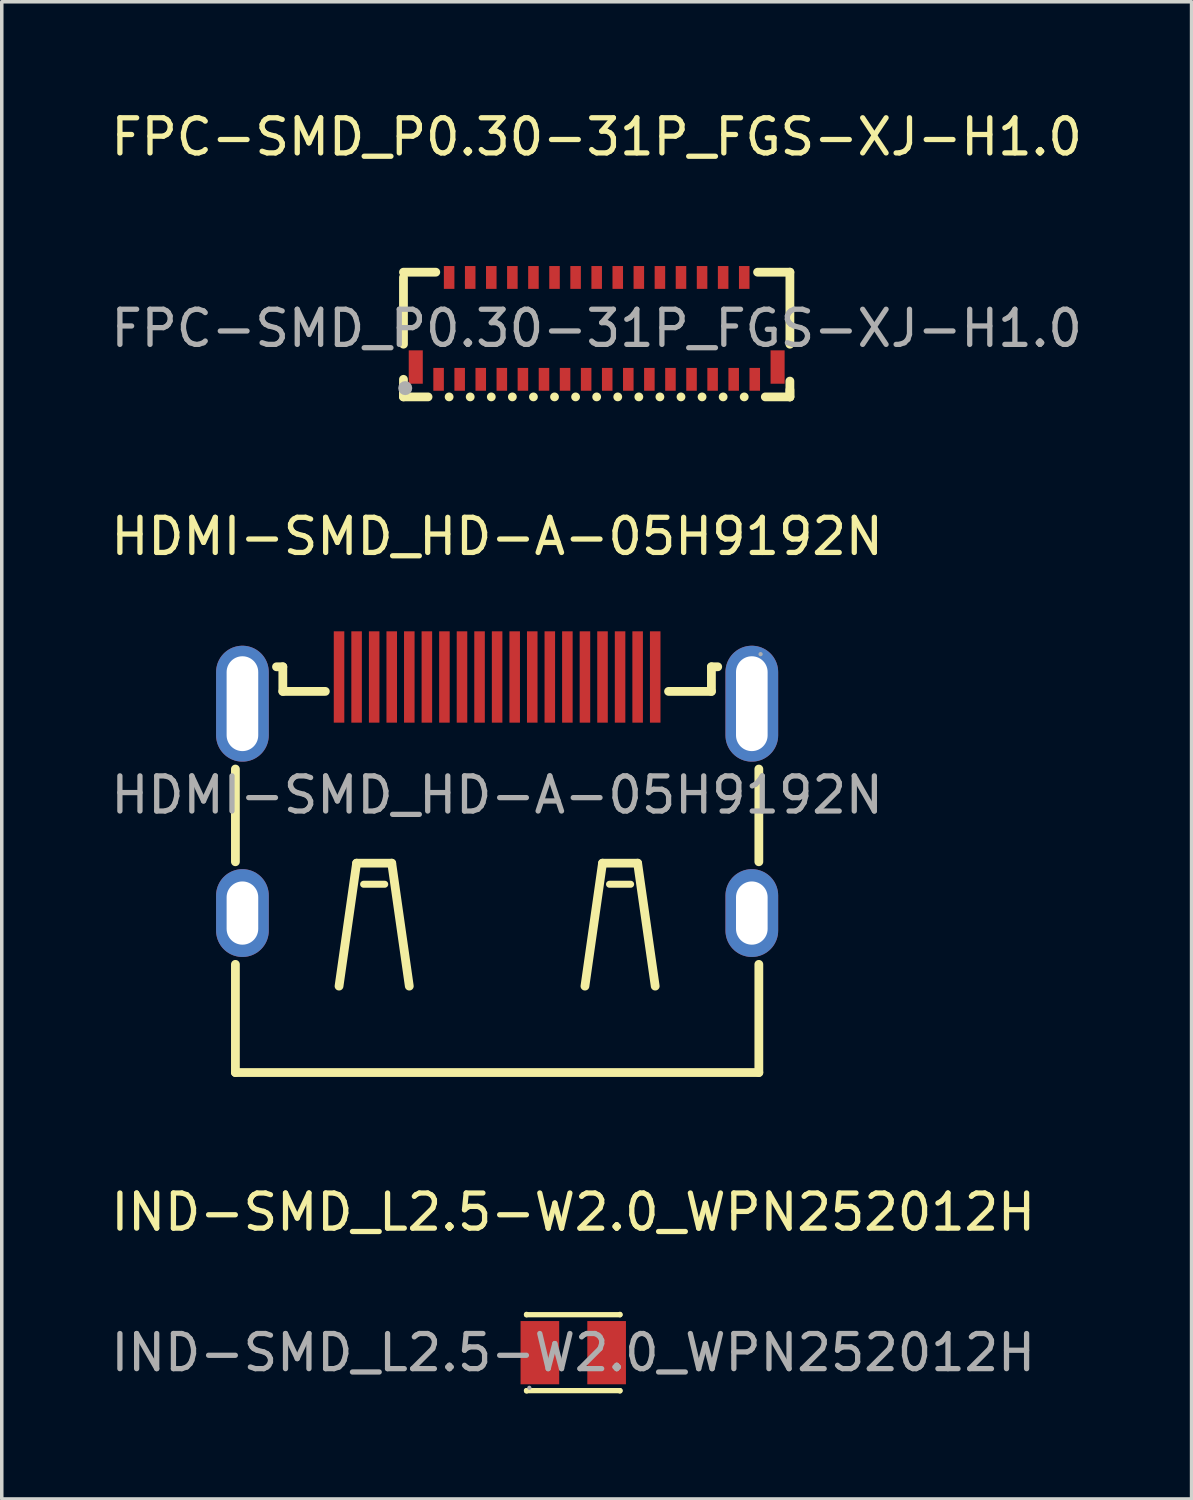
<source format=kicad_pcb>
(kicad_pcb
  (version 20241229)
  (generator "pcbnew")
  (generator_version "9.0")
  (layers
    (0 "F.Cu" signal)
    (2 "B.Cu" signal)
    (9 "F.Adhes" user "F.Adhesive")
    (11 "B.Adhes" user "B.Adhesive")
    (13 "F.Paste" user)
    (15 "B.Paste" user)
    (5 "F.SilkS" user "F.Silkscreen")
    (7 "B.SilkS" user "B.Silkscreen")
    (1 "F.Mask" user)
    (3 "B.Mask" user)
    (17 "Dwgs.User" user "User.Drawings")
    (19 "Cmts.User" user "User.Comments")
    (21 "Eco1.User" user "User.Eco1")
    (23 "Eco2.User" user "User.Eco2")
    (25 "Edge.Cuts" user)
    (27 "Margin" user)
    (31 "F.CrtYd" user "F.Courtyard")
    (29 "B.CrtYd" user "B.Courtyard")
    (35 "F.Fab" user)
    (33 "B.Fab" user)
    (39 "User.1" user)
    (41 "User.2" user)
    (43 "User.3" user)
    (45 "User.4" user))
  (footprint "HDMI-SMD_HD-A-05H9192N"
    (layer "F.Cu")
    (at 11.101 19.581)
    (property "Reference" "HDMI-SMD_HD-A-05H9192N" (at 0 -7.36 0) (layer "F.SilkS") (effects (font (size 1 1) (thickness 0.15))))
    (attr smd)
    (fp_line (start -7.45 -0.74) (end -7.45 1.9) (stroke (width 0.25) (type solid)) (layer "F.SilkS"))
    (fp_line (start -7.45 4.82) (end -7.45 7.9) (stroke (width 0.25) (type solid)) (layer "F.SilkS"))
    (fp_line (start -7.45 7.9) (end 7.45 7.9) (stroke (width 0.25) (type solid)) (layer "F.SilkS"))
    (fp_line (start -6.1 -3.65) (end -6.28 -3.65) (stroke (width 0.25) (type solid)) (layer "F.SilkS"))
    (fp_line (start -6.1 -2.95) (end -6.1 -3.65) (stroke (width 0.25) (type solid)) (layer "F.SilkS"))
    (fp_line (start -4.89 -2.95) (end -6.1 -2.95) (stroke (width 0.25) (type solid)) (layer "F.SilkS"))
    (fp_line (start -4 1.94) (end -4.5 5.44) (stroke (width 0.25) (type solid)) (layer "F.SilkS"))
    (fp_line (start -3.2 2.54) (end -3.8 2.54) (stroke (width 0.2) (type solid)) (layer "F.SilkS"))
    (fp_line (start -3 1.94) (end -4 1.94) (stroke (width 0.25) (type solid)) (layer "F.SilkS"))
    (fp_line (start -2.5 5.44) (end -3 1.94) (stroke (width 0.25) (type solid)) (layer "F.SilkS"))
    (fp_line (start 2.5 5.44) (end 3 1.94) (stroke (width 0.25) (type solid)) (layer "F.SilkS"))
    (fp_line (start 3 1.94) (end 4 1.94) (stroke (width 0.25) (type solid)) (layer "F.SilkS"))
    (fp_line (start 3.2 2.54) (end 3.8 2.54) (stroke (width 0.2) (type solid)) (layer "F.SilkS"))
    (fp_line (start 4 1.94) (end 4.5 5.44) (stroke (width 0.25) (type solid)) (layer "F.SilkS"))
    (fp_line (start 6.1 -3.65) (end 6.1 -2.95) (stroke (width 0.25) (type solid)) (layer "F.SilkS"))
    (fp_line (start 6.1 -2.95) (end 4.88 -2.95) (stroke (width 0.25) (type solid)) (layer "F.SilkS"))
    (fp_line (start 6.28 -3.65) (end 6.1 -3.65) (stroke (width 0.25) (type solid)) (layer "F.SilkS"))
    (fp_line (start 7.45 1.9) (end 7.45 -0.74) (stroke (width 0.25) (type solid)) (layer "F.SilkS"))
    (fp_line (start 7.45 7.9) (end 7.45 4.82) (stroke (width 0.25) (type solid)) (layer "F.SilkS"))
    (fp_circle (center 7.5 -4.01) (end 7.53 -4.01) (stroke (width 0.06) (type solid)) (fill no) (layer "F.Fab"))
    (fp_text user "${REFERENCE}" (at 0 0 0) (layer "F.Fab") (effects (font (size 1 1) (thickness 0.15))))
    (pad "1" smd rect (at 4.5 -3.36) (size 0.3 2.6) (layers "F.Cu" "F.Mask" "F.Paste"))
    (pad "2" smd rect (at 4 -3.36) (size 0.3 2.6) (layers "F.Cu" "F.Mask" "F.Paste"))
    (pad "3" smd rect (at 3.5 -3.36) (size 0.3 2.6) (layers "F.Cu" "F.Mask" "F.Paste"))
    (pad "4" smd rect (at 3 -3.36) (size 0.3 2.6) (layers "F.Cu" "F.Mask" "F.Paste"))
    (pad "5" smd rect (at 2.5 -3.36) (size 0.3 2.6) (layers "F.Cu" "F.Mask" "F.Paste"))
    (pad "6" smd rect (at 2 -3.36) (size 0.3 2.6) (layers "F.Cu" "F.Mask" "F.Paste"))
    (pad "7" smd rect (at 1.5 -3.36) (size 0.3 2.6) (layers "F.Cu" "F.Mask" "F.Paste"))
    (pad "8" smd rect (at 1 -3.36) (size 0.3 2.6) (layers "F.Cu" "F.Mask" "F.Paste"))
    (pad "9" smd rect (at 0.5 -3.36) (size 0.3 2.6) (layers "F.Cu" "F.Mask" "F.Paste"))
    (pad "10" smd rect (at 0 -3.36) (size 0.3 2.6) (layers "F.Cu" "F.Mask" "F.Paste"))
    (pad "11" smd rect (at -0.5 -3.36) (size 0.3 2.6) (layers "F.Cu" "F.Mask" "F.Paste"))
    (pad "12" smd rect (at -1 -3.36) (size 0.3 2.6) (layers "F.Cu" "F.Mask" "F.Paste"))
    (pad "13" smd rect (at -1.5 -3.36) (size 0.3 2.6) (layers "F.Cu" "F.Mask" "F.Paste"))
    (pad "14" smd rect (at -2 -3.36) (size 0.3 2.6) (layers "F.Cu" "F.Mask" "F.Paste"))
    (pad "15" smd rect (at -2.5 -3.36) (size 0.3 2.6) (layers "F.Cu" "F.Mask" "F.Paste"))
    (pad "16" smd rect (at -3 -3.36) (size 0.3 2.6) (layers "F.Cu" "F.Mask" "F.Paste"))
    (pad "17" smd rect (at -3.5 -3.36) (size 0.3 2.6) (layers "F.Cu" "F.Mask" "F.Paste"))
    (pad "18" smd rect (at -4 -3.36) (size 0.3 2.6) (layers "F.Cu" "F.Mask" "F.Paste"))
    (pad "19" smd rect (at -4.5 -3.36) (size 0.3 2.6) (layers "F.Cu" "F.Mask" "F.Paste"))
    (pad "20" thru_hole oval (at 7.25 3.36) (size 1.5 2.5) (drill oval 0.9 1.8) (layers "*.Cu" "*.Mask"))
    (pad "21" thru_hole oval (at -7.25 3.36) (size 1.5 2.5) (drill oval 0.9 1.8) (layers "*.Cu" "*.Mask"))
    (pad "22" thru_hole oval (at 7.25 -2.6) (size 1.5 3.3) (drill oval 0.9 2.7) (layers "*.Cu" "*.Mask"))
    (pad "23" thru_hole oval (at -7.25 -2.6) (size 1.5 3.3) (drill oval 0.9 2.7) (layers "*.Cu" "*.Mask")))
  (footprint "IND-SMD_L2.5-W2.0_WPN252012H"
    (layer "F.Cu")
    (at 13.268 35.455)
    (property "Reference" "IND-SMD_L2.5-W2.0_WPN252012H" (at 0 -4 0) (layer "F.SilkS") (effects (font (size 1 1) (thickness 0.15))))
    (attr smd)
    (fp_line (start -1.33 -1.09) (end -1.33 -1.08) (stroke (width 0.15) (type solid)) (layer "F.SilkS"))
    (fp_line (start -1.33 -1.08) (end 1.33 -1.08) (stroke (width 0.15) (type solid)) (layer "F.SilkS"))
    (fp_line (start -1.33 1.08) (end 1.33 1.08) (stroke (width 0.15) (type solid)) (layer "F.SilkS"))
    (fp_line (start -1.33 1.09) (end -1.33 1.08) (stroke (width 0.15) (type solid)) (layer "F.SilkS"))
    (fp_line (start 1.33 -1.08) (end 1.33 -1.09) (stroke (width 0.15) (type solid)) (layer "F.SilkS"))
    (fp_line (start 1.33 1.08) (end 1.33 1.09) (stroke (width 0.15) (type solid)) (layer "F.SilkS"))
    (fp_circle (center -1.25 1) (end -1.22 1) (stroke (width 0.06) (type solid)) (fill no) (layer "F.Fab"))
    (fp_text user "${REFERENCE}" (at 0 0 0) (layer "F.Fab") (effects (font (size 1 1) (thickness 0.15))))
    (pad "1" smd rect (at -0.95 0 180) (size 1.1 1.8) (layers "F.Cu" "F.Mask" "F.Paste"))
    (pad "2" smd rect (at 0.95 0 180) (size 1.1 1.8) (layers "F.Cu" "F.Mask" "F.Paste")))
  (footprint "FPC-SMD_P0.30-31P_FGS-XJ-H1.0"
    (layer "F.Cu")
    (at 13.935 6.298)
    (property "Reference" "FPC-SMD_P0.30-31P_FGS-XJ-H1.0" (at 0 -5.45 0) (layer "F.SilkS") (effects (font (size 1 1) (thickness 0.15))))
    (attr smd)
    (fp_line (start -5.5 -1.45) (end -5.5 0.45) (stroke (width 0.25) (type solid)) (layer "F.SilkS"))
    (fp_line (start -5.5 1.45) (end -5.5 1.9) (stroke (width 0.25) (type solid)) (layer "F.SilkS"))
    (fp_line (start -5.5 1.75) (end -5.5 1.95) (stroke (width 0.25) (type solid)) (layer "F.SilkS"))
    (fp_line (start -5.5 1.95) (end -4.8 1.95) (stroke (width 0.25) (type solid)) (layer "F.SilkS"))
    (fp_line (start -4.58 -1.6) (end -5.5 -1.6) (stroke (width 0.25) (type solid)) (layer "F.SilkS"))
    (fp_line (start -4.2 1.95) (end -4.2 1.95) (stroke (width 0.25) (type solid)) (layer "F.SilkS"))
    (fp_line (start -3.6 1.95) (end -3.6 1.95) (stroke (width 0.25) (type solid)) (layer "F.SilkS"))
    (fp_line (start -3 1.95) (end -3 1.95) (stroke (width 0.25) (type solid)) (layer "F.SilkS"))
    (fp_line (start -2.4 1.95) (end -2.4 1.95) (stroke (width 0.25) (type solid)) (layer "F.SilkS"))
    (fp_line (start -1.8 1.95) (end -1.8 1.95) (stroke (width 0.25) (type solid)) (layer "F.SilkS"))
    (fp_line (start -1.2 1.95) (end -1.2 1.95) (stroke (width 0.25) (type solid)) (layer "F.SilkS"))
    (fp_line (start -0.6 1.95) (end -0.6 1.95) (stroke (width 0.25) (type solid)) (layer "F.SilkS"))
    (fp_line (start 0 1.95) (end 0 1.95) (stroke (width 0.25) (type solid)) (layer "F.SilkS"))
    (fp_line (start 0.6 1.95) (end 0.6 1.95) (stroke (width 0.25) (type solid)) (layer "F.SilkS"))
    (fp_line (start 1.2 1.95) (end 1.2 1.95) (stroke (width 0.25) (type solid)) (layer "F.SilkS"))
    (fp_line (start 1.8 1.95) (end 1.8 1.95) (stroke (width 0.25) (type solid)) (layer "F.SilkS"))
    (fp_line (start 2.4 1.95) (end 2.4 1.95) (stroke (width 0.25) (type solid)) (layer "F.SilkS"))
    (fp_line (start 3 1.95) (end 3 1.95) (stroke (width 0.25) (type solid)) (layer "F.SilkS"))
    (fp_line (start 3.6 1.95) (end 3.6 1.95) (stroke (width 0.25) (type solid)) (layer "F.SilkS"))
    (fp_line (start 4.2 1.95) (end 4.2 1.95) (stroke (width 0.25) (type solid)) (layer "F.SilkS"))
    (fp_line (start 4.8 1.95) (end 5.5 1.95) (stroke (width 0.25) (type solid)) (layer "F.SilkS"))
    (fp_line (start 5.5 -1.6) (end 4.58 -1.6) (stroke (width 0.25) (type solid)) (layer "F.SilkS"))
    (fp_line (start 5.5 0.45) (end 5.5 -1.6) (stroke (width 0.25) (type solid)) (layer "F.SilkS"))
    (fp_line (start 5.5 1.5) (end 5.5 1.95) (stroke (width 0.25) (type solid)) (layer "F.SilkS"))
    (fp_line (start 5.5 1.95) (end 5.5 1.75) (stroke (width 0.25) (type solid)) (layer "F.SilkS"))
    (fp_circle (center -5.45 1.7) (end -5.35 1.7) (stroke (width 0.2) (type solid)) (fill no) (layer "F.Fab"))
    (fp_text user "${REFERENCE}" (at 0 0 0) (layer "F.Fab") (effects (font (size 1 1) (thickness 0.15))))
    (pad "1" smd rect (at -4.5 1.45) (size 0.3 0.65) (layers "F.Cu" "F.Mask" "F.Paste"))
    (pad "2" smd rect (at -4.2 -1.45) (size 0.3 0.65) (layers "F.Cu" "F.Mask" "F.Paste"))
    (pad "3" smd rect (at -3.9 1.45) (size 0.3 0.65) (layers "F.Cu" "F.Mask" "F.Paste"))
    (pad "4" smd rect (at -3.6 -1.45) (size 0.3 0.65) (layers "F.Cu" "F.Mask" "F.Paste"))
    (pad "5" smd rect (at -3.3 1.45) (size 0.3 0.65) (layers "F.Cu" "F.Mask" "F.Paste"))
    (pad "6" smd rect (at -3 -1.45) (size 0.3 0.65) (layers "F.Cu" "F.Mask" "F.Paste"))
    (pad "7" smd rect (at -2.7 1.45) (size 0.3 0.65) (layers "F.Cu" "F.Mask" "F.Paste"))
    (pad "8" smd rect (at -2.4 -1.45) (size 0.3 0.65) (layers "F.Cu" "F.Mask" "F.Paste"))
    (pad "9" smd rect (at -2.1 1.45) (size 0.3 0.65) (layers "F.Cu" "F.Mask" "F.Paste"))
    (pad "10" smd rect (at -1.8 -1.45) (size 0.3 0.65) (layers "F.Cu" "F.Mask" "F.Paste"))
    (pad "11" smd rect (at -1.5 1.45) (size 0.3 0.65) (layers "F.Cu" "F.Mask" "F.Paste"))
    (pad "12" smd rect (at -1.2 -1.45) (size 0.3 0.65) (layers "F.Cu" "F.Mask" "F.Paste"))
    (pad "13" smd rect (at -0.9 1.45) (size 0.3 0.65) (layers "F.Cu" "F.Mask" "F.Paste"))
    (pad "14" smd rect (at -0.6 -1.45) (size 0.3 0.65) (layers "F.Cu" "F.Mask" "F.Paste"))
    (pad "15" smd rect (at -0.3 1.45) (size 0.3 0.65) (layers "F.Cu" "F.Mask" "F.Paste"))
    (pad "16" smd rect (at 0 -1.45) (size 0.3 0.65) (layers "F.Cu" "F.Mask" "F.Paste"))
    (pad "17" smd rect (at 0.3 1.45) (size 0.3 0.65) (layers "F.Cu" "F.Mask" "F.Paste"))
    (pad "18" smd rect (at 0.6 -1.45) (size 0.3 0.65) (layers "F.Cu" "F.Mask" "F.Paste"))
    (pad "19" smd rect (at 0.9 1.45) (size 0.3 0.65) (layers "F.Cu" "F.Mask" "F.Paste"))
    (pad "20" smd rect (at 1.2 -1.45) (size 0.3 0.65) (layers "F.Cu" "F.Mask" "F.Paste"))
    (pad "21" smd rect (at 1.5 1.45) (size 0.3 0.65) (layers "F.Cu" "F.Mask" "F.Paste"))
    (pad "22" smd rect (at 1.8 -1.45) (size 0.3 0.65) (layers "F.Cu" "F.Mask" "F.Paste"))
    (pad "23" smd rect (at 2.1 1.45) (size 0.3 0.65) (layers "F.Cu" "F.Mask" "F.Paste"))
    (pad "24" smd rect (at 2.4 -1.45) (size 0.3 0.65) (layers "F.Cu" "F.Mask" "F.Paste"))
    (pad "25" smd rect (at 2.7 1.45) (size 0.3 0.65) (layers "F.Cu" "F.Mask" "F.Paste"))
    (pad "26" smd rect (at 3 -1.45) (size 0.3 0.65) (layers "F.Cu" "F.Mask" "F.Paste"))
    (pad "27" smd rect (at 3.3 1.45) (size 0.3 0.65) (layers "F.Cu" "F.Mask" "F.Paste"))
    (pad "28" smd rect (at 3.6 -1.45) (size 0.3 0.65) (layers "F.Cu" "F.Mask" "F.Paste"))
    (pad "29" smd rect (at 3.9 1.45) (size 0.3 0.65) (layers "F.Cu" "F.Mask" "F.Paste"))
    (pad "30" smd rect (at 4.2 -1.45) (size 0.3 0.65) (layers "F.Cu" "F.Mask" "F.Paste"))
    (pad "31" smd rect (at 4.5 1.45) (size 0.3 0.65) (layers "F.Cu" "F.Mask" "F.Paste"))
    (pad "32" smd rect (at -5.15 1.1) (size 0.4 0.95) (layers "F.Cu" "F.Mask" "F.Paste"))
    (pad "33" smd rect (at 5.15 1.1) (size 0.4 0.95) (layers "F.Cu" "F.Mask" "F.Paste")))
  (gr_rect
    (start -3 -3)
    (end 30.869 39.62)
    (stroke (width 0.1) (type default))
    (fill no)
    (layer "Edge.Cuts")))
</source>
